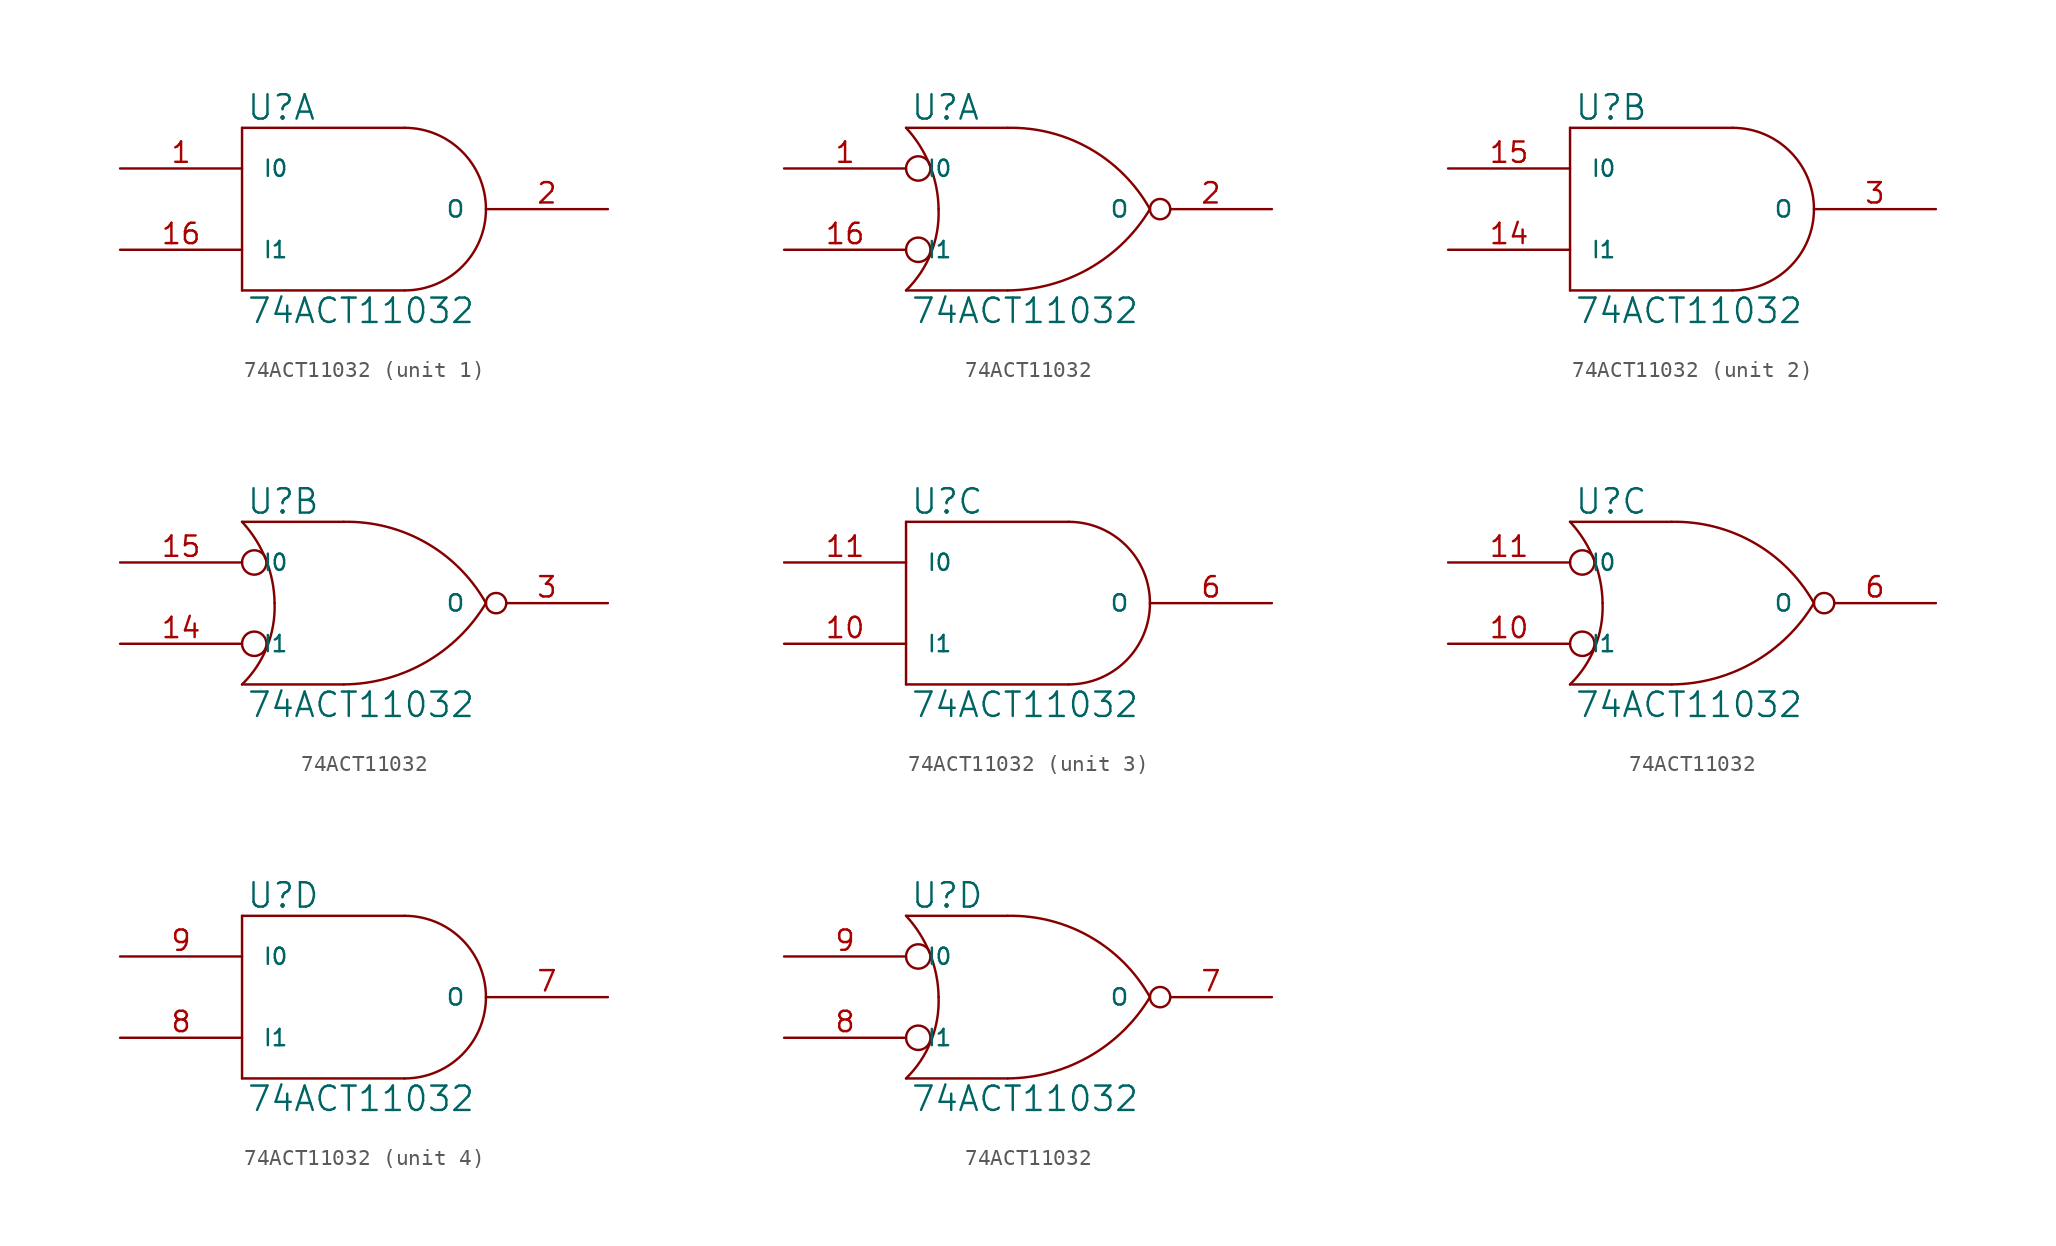
<source format=kicad_sym>
(kicad_symbol_lib
  (version 20231120)
  (generator "kicad_symbol_editor")
  (generator_version "8.0")
  (symbol "74ACT11032"
    (pin_names
      (offset 1.27))
    (property "Reference" "U"
      (at 0.254 0.381 0)
      (effects (font (size 1.524 1.524)) (justify left bottom)))
    (property "Value" "74ACT11032"
      (at 0.254 -10.541 0)
      (effects (font (size 1.524 1.524)) (justify left top)))
    (symbol "74ACT11032_0_1"
      (polyline (pts (xy 0 -10.16) (xy 10.16 -10.16)) (stroke (width 0) (type solid)) (fill (type none)))
      (polyline (pts (xy 0 0) (xy 0 -10.16)) (stroke (width 0) (type solid)) (fill (type none)))
      (polyline (pts (xy 10.16 0) (xy 0 0)) (stroke (width 0) (type solid)) (fill (type none)))
      (arc (start 10.16 -10.16) (mid 13.7521 -8.6721) (end 15.24 -5.08) (stroke (width 0) (type solid)) (fill (type none)))
      (arc (start 15.24 -5.08) (mid 13.7521 -1.4879) (end 10.16 0) (stroke (width 0) (type solid)) (fill (type none))))
    (symbol "74ACT11032_0_2"
      (arc (start 0 -10.16) (mid 1.5573 -7.8293) (end 2.032 -5.08) (stroke (width 0) (type solid)) (fill (type none)))
      (polyline (pts (xy 6.35 -10.16) (xy 0 -10.16)) (stroke (width 0) (type solid)) (fill (type none)))
      (polyline (pts (xy 6.35 0) (xy 0 0)) (stroke (width 0) (type solid)) (fill (type none)))
      (circle (center 0.762 -7.62) (radius 0.762) (stroke (width 0) (type solid)) (fill (type none)))
      (circle (center 0.762 -2.54) (radius 0.762) (stroke (width 0) (type solid)) (fill (type none)))
      (arc (start 2.032 -5.08) (mid 1.4906 -2.3584) (end 0 0) (stroke (width 0) (type solid)) (fill (type none)))
      (arc (start 6.35 -10.16) (mid 11.4496 -8.7875) (end 15.24 -5.08) (stroke (width 0) (type solid)) (fill (type none)))
      (arc (start 15.24 -5.08) (mid 11.4893 -1.3041) (end 6.35 0) (stroke (width 0) (type solid)) (fill (type none))))
    (symbol "74ACT11032_1_1"
      (pin input line (at -7.62 -2.54 0) (length 7.62) (name "I0" (effects (font (size 1.016 1.016)))) (number "1" (effects (font (size 1.27 1.27)))))
      (pin power_in line (at 2.54 0 270) (length 0) hide (name "VCC" (effects (font (size 1.016 1.016)))) (number "12" (effects (font (size 1.27 1.27)))))
      (pin power_in line (at 0 0 270) (length 0) hide (name "VCC" (effects (font (size 1.016 1.016)))) (number "13" (effects (font (size 1.27 1.27)))))
      (pin input line (at -7.62 -7.62 0) (length 7.62) (name "I1" (effects (font (size 1.016 1.016)))) (number "16" (effects (font (size 1.27 1.27)))))
      (pin output line (at 22.86 -5.08 180) (length 7.62) (name "O" (effects (font (size 1.016 1.016)))) (number "2" (effects (font (size 1.27 1.27)))))
      (pin power_in line (at 0 -10.16 90) (length 0) hide (name "GND" (effects (font (size 1.016 1.016)))) (number "4" (effects (font (size 1.27 1.27)))))
      (pin power_in line (at 2.54 -10.16 90) (length 0) hide (name "GND" (effects (font (size 1.016 1.016)))) (number "5" (effects (font (size 1.27 1.27))))))
    (symbol "74ACT11032_1_2"
      (pin input line (at -7.62 -2.54 0) (length 7.62) (name "I0" (effects (font (size 1.016 1.016)))) (number "1" (effects (font (size 1.27 1.27)))))
      (pin power_in line (at 2.54 0 270) (length 0) hide (name "VCC" (effects (font (size 1.016 1.016)))) (number "12" (effects (font (size 1.27 1.27)))))
      (pin power_in line (at 0 0 270) (length 0) hide (name "VCC" (effects (font (size 1.016 1.016)))) (number "13" (effects (font (size 1.27 1.27)))))
      (pin input line (at -7.62 -7.62 0) (length 7.62) (name "I1" (effects (font (size 1.016 1.016)))) (number "16" (effects (font (size 1.27 1.27)))))
      (pin output inverted (at 22.86 -5.08 180) (length 7.62) (name "O" (effects (font (size 1.016 1.016)))) (number "2" (effects (font (size 1.27 1.27)))))
      (pin power_in line (at 0 -10.16 90) (length 0) hide (name "GND" (effects (font (size 1.016 1.016)))) (number "4" (effects (font (size 1.27 1.27)))))
      (pin power_in line (at 2.54 -10.16 90) (length 0) hide (name "GND" (effects (font (size 1.016 1.016)))) (number "5" (effects (font (size 1.27 1.27))))))
    (symbol "74ACT11032_2_1"
      (pin power_in line (at 2.54 0 270) (length 0) hide (name "VCC" (effects (font (size 1.016 1.016)))) (number "12" (effects (font (size 1.27 1.27)))))
      (pin power_in line (at 0 0 270) (length 0) hide (name "VCC" (effects (font (size 1.016 1.016)))) (number "13" (effects (font (size 1.27 1.27)))))
      (pin input line (at -7.62 -7.62 0) (length 7.62) (name "I1" (effects (font (size 1.016 1.016)))) (number "14" (effects (font (size 1.27 1.27)))))
      (pin input line (at -7.62 -2.54 0) (length 7.62) (name "I0" (effects (font (size 1.016 1.016)))) (number "15" (effects (font (size 1.27 1.27)))))
      (pin output line (at 22.86 -5.08 180) (length 7.62) (name "O" (effects (font (size 1.016 1.016)))) (number "3" (effects (font (size 1.27 1.27)))))
      (pin power_in line (at 0 -10.16 90) (length 0) hide (name "GND" (effects (font (size 1.016 1.016)))) (number "4" (effects (font (size 1.27 1.27)))))
      (pin power_in line (at 2.54 -10.16 90) (length 0) hide (name "GND" (effects (font (size 1.016 1.016)))) (number "5" (effects (font (size 1.27 1.27))))))
    (symbol "74ACT11032_2_2"
      (pin power_in line (at 2.54 0 270) (length 0) hide (name "VCC" (effects (font (size 1.016 1.016)))) (number "12" (effects (font (size 1.27 1.27)))))
      (pin power_in line (at 0 0 270) (length 0) hide (name "VCC" (effects (font (size 1.016 1.016)))) (number "13" (effects (font (size 1.27 1.27)))))
      (pin input line (at -7.62 -7.62 0) (length 7.62) (name "I1" (effects (font (size 1.016 1.016)))) (number "14" (effects (font (size 1.27 1.27)))))
      (pin input line (at -7.62 -2.54 0) (length 7.62) (name "I0" (effects (font (size 1.016 1.016)))) (number "15" (effects (font (size 1.27 1.27)))))
      (pin output inverted (at 22.86 -5.08 180) (length 7.62) (name "O" (effects (font (size 1.016 1.016)))) (number "3" (effects (font (size 1.27 1.27)))))
      (pin power_in line (at 0 -10.16 90) (length 0) hide (name "GND" (effects (font (size 1.016 1.016)))) (number "4" (effects (font (size 1.27 1.27)))))
      (pin power_in line (at 2.54 -10.16 90) (length 0) hide (name "GND" (effects (font (size 1.016 1.016)))) (number "5" (effects (font (size 1.27 1.27))))))
    (symbol "74ACT11032_3_1"
      (pin input line (at -7.62 -7.62 0) (length 7.62) (name "I1" (effects (font (size 1.016 1.016)))) (number "10" (effects (font (size 1.27 1.27)))))
      (pin input line (at -7.62 -2.54 0) (length 7.62) (name "I0" (effects (font (size 1.016 1.016)))) (number "11" (effects (font (size 1.27 1.27)))))
      (pin power_in line (at 2.54 0 270) (length 0) hide (name "VCC" (effects (font (size 1.016 1.016)))) (number "12" (effects (font (size 1.27 1.27)))))
      (pin power_in line (at 0 0 270) (length 0) hide (name "VCC" (effects (font (size 1.016 1.016)))) (number "13" (effects (font (size 1.27 1.27)))))
      (pin power_in line (at 0 -10.16 90) (length 0) hide (name "GND" (effects (font (size 1.016 1.016)))) (number "4" (effects (font (size 1.27 1.27)))))
      (pin power_in line (at 2.54 -10.16 90) (length 0) hide (name "GND" (effects (font (size 1.016 1.016)))) (number "5" (effects (font (size 1.27 1.27)))))
      (pin output line (at 22.86 -5.08 180) (length 7.62) (name "O" (effects (font (size 1.016 1.016)))) (number "6" (effects (font (size 1.27 1.27))))))
    (symbol "74ACT11032_3_2"
      (pin input line (at -7.62 -7.62 0) (length 7.62) (name "I1" (effects (font (size 1.016 1.016)))) (number "10" (effects (font (size 1.27 1.27)))))
      (pin input line (at -7.62 -2.54 0) (length 7.62) (name "I0" (effects (font (size 1.016 1.016)))) (number "11" (effects (font (size 1.27 1.27)))))
      (pin power_in line (at 2.54 0 270) (length 0) hide (name "VCC" (effects (font (size 1.016 1.016)))) (number "12" (effects (font (size 1.27 1.27)))))
      (pin power_in line (at 0 0 270) (length 0) hide (name "VCC" (effects (font (size 1.016 1.016)))) (number "13" (effects (font (size 1.27 1.27)))))
      (pin power_in line (at 0 -10.16 90) (length 0) hide (name "GND" (effects (font (size 1.016 1.016)))) (number "4" (effects (font (size 1.27 1.27)))))
      (pin power_in line (at 2.54 -10.16 90) (length 0) hide (name "GND" (effects (font (size 1.016 1.016)))) (number "5" (effects (font (size 1.27 1.27)))))
      (pin output inverted (at 22.86 -5.08 180) (length 7.62) (name "O" (effects (font (size 1.016 1.016)))) (number "6" (effects (font (size 1.27 1.27))))))
    (symbol "74ACT11032_4_1"
      (pin power_in line (at 2.54 0 270) (length 0) hide (name "VCC" (effects (font (size 1.016 1.016)))) (number "12" (effects (font (size 1.27 1.27)))))
      (pin power_in line (at 0 0 270) (length 0) hide (name "VCC" (effects (font (size 1.016 1.016)))) (number "13" (effects (font (size 1.27 1.27)))))
      (pin power_in line (at 0 -10.16 90) (length 0) hide (name "GND" (effects (font (size 1.016 1.016)))) (number "4" (effects (font (size 1.27 1.27)))))
      (pin power_in line (at 2.54 -10.16 90) (length 0) hide (name "GND" (effects (font (size 1.016 1.016)))) (number "5" (effects (font (size 1.27 1.27)))))
      (pin output line (at 22.86 -5.08 180) (length 7.62) (name "O" (effects (font (size 1.016 1.016)))) (number "7" (effects (font (size 1.27 1.27)))))
      (pin input line (at -7.62 -7.62 0) (length 7.62) (name "I1" (effects (font (size 1.016 1.016)))) (number "8" (effects (font (size 1.27 1.27)))))
      (pin input line (at -7.62 -2.54 0) (length 7.62) (name "I0" (effects (font (size 1.016 1.016)))) (number "9" (effects (font (size 1.27 1.27))))))
    (symbol "74ACT11032_4_2"
      (pin power_in line (at 2.54 0 270) (length 0) hide (name "VCC" (effects (font (size 1.016 1.016)))) (number "12" (effects (font (size 1.27 1.27)))))
      (pin power_in line (at 0 0 270) (length 0) hide (name "VCC" (effects (font (size 1.016 1.016)))) (number "13" (effects (font (size 1.27 1.27)))))
      (pin power_in line (at 0 -10.16 90) (length 0) hide (name "GND" (effects (font (size 1.016 1.016)))) (number "4" (effects (font (size 1.27 1.27)))))
      (pin power_in line (at 2.54 -10.16 90) (length 0) hide (name "GND" (effects (font (size 1.016 1.016)))) (number "5" (effects (font (size 1.27 1.27)))))
      (pin output inverted (at 22.86 -5.08 180) (length 7.62) (name "O" (effects (font (size 1.016 1.016)))) (number "7" (effects (font (size 1.27 1.27)))))
      (pin input line (at -7.62 -7.62 0) (length 7.62) (name "I1" (effects (font (size 1.016 1.016)))) (number "8" (effects (font (size 1.27 1.27)))))
      (pin input line (at -7.62 -2.54 0) (length 7.62) (name "I0" (effects (font (size 1.016 1.016)))) (number "9" (effects (font (size 1.27 1.27))))))))
</source>
